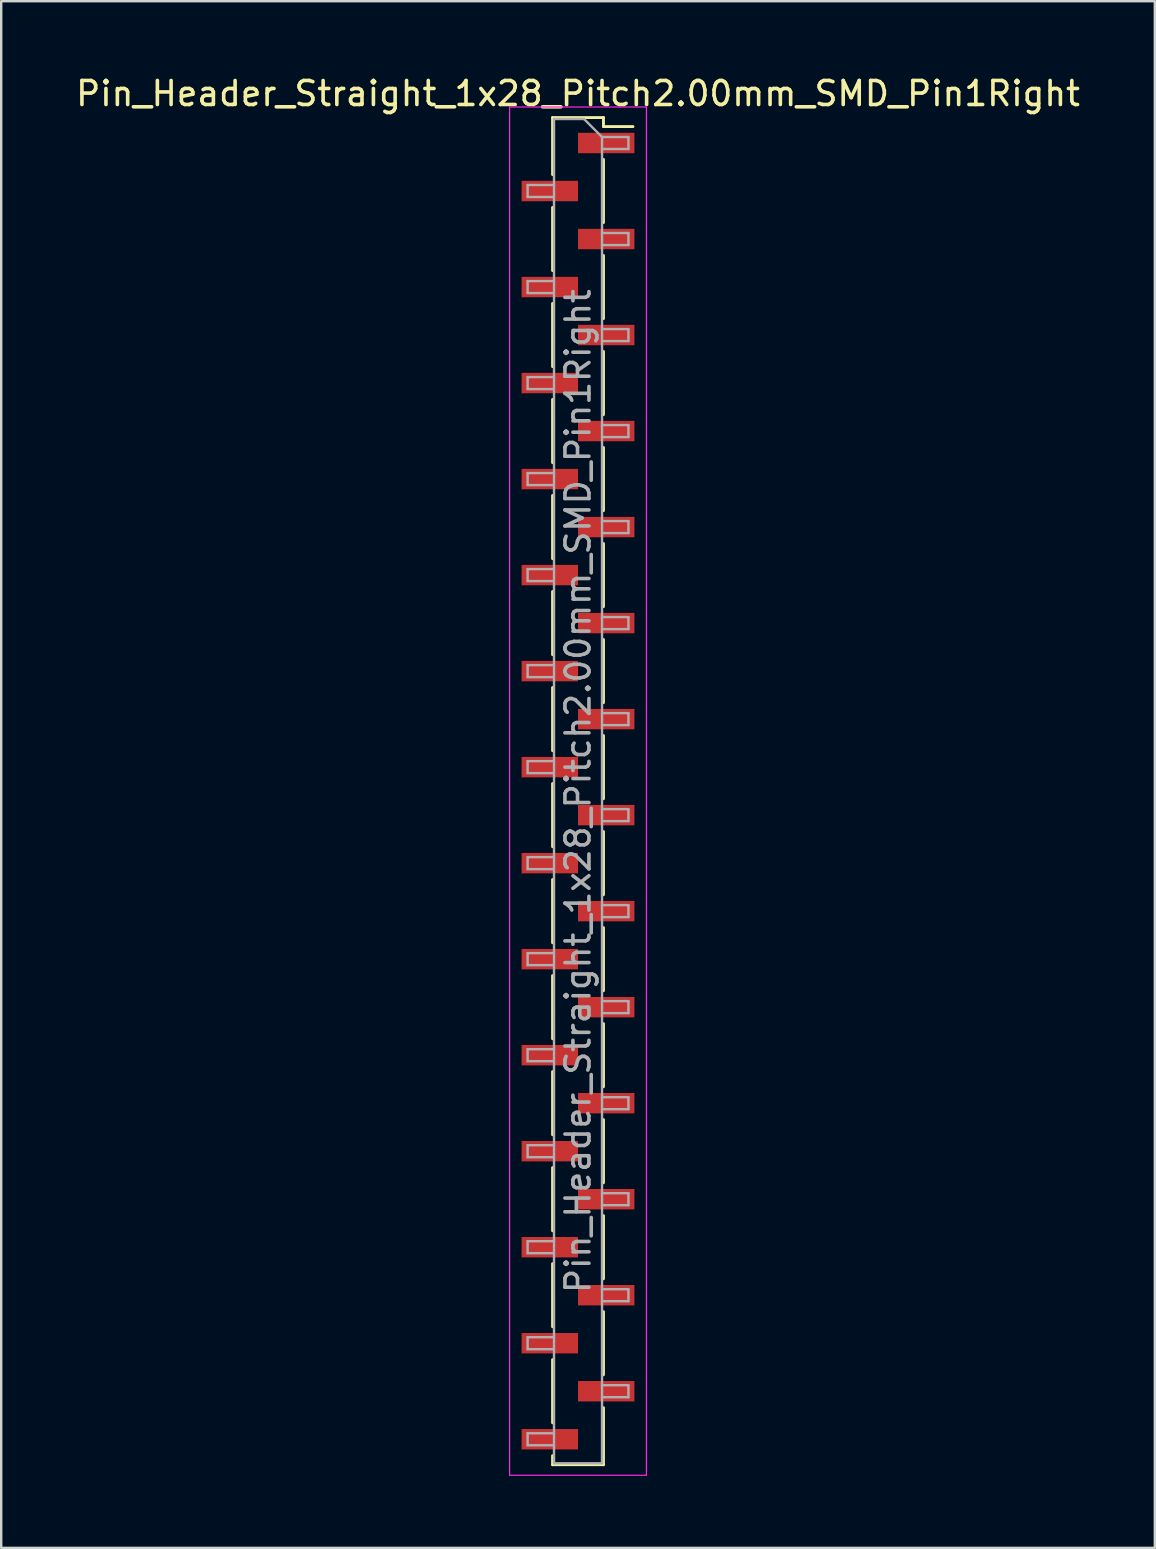
<source format=kicad_pcb>
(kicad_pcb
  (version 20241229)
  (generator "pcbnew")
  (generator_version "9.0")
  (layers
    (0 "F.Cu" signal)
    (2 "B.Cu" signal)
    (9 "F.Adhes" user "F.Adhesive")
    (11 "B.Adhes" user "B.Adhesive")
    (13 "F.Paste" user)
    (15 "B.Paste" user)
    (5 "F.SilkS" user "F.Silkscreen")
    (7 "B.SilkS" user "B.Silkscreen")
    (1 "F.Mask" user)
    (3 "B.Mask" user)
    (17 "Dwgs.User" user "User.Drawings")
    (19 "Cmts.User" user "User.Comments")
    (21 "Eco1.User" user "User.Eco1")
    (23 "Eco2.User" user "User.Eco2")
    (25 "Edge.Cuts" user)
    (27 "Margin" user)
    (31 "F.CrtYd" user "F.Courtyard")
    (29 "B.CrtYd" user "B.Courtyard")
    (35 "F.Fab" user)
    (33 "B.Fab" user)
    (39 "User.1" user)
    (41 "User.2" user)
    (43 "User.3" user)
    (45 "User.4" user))
  (footprint "Pin_Header_Straight_1x28_Pitch2.00mm_SMD_Pin1Right"
    (layer "F.Cu")
    (at 21.03 29.908)
    (property "Reference" "Pin_Header_Straight_1x28_Pitch2.00mm_SMD_Pin1Right" (at 0 -29.06 0) (layer "F.SilkS") (effects (font (size 1 1) (thickness 0.15))))
    (attr smd)
    (fp_line (start -1.06 -28.06) (end -1.06 -25.685) (stroke (width 0.12) (type solid)) (layer "F.SilkS"))
    (fp_line (start -1.06 -28.06) (end 1.06 -28.06) (stroke (width 0.12) (type solid)) (layer "F.SilkS"))
    (fp_line (start -1.06 -24.315) (end -1.06 -21.685) (stroke (width 0.12) (type solid)) (layer "F.SilkS"))
    (fp_line (start -1.06 -20.315) (end -1.06 -17.685) (stroke (width 0.12) (type solid)) (layer "F.SilkS"))
    (fp_line (start -1.06 -16.315) (end -1.06 -13.685) (stroke (width 0.12) (type solid)) (layer "F.SilkS"))
    (fp_line (start -1.06 -12.315) (end -1.06 -9.685) (stroke (width 0.12) (type solid)) (layer "F.SilkS"))
    (fp_line (start -1.06 -8.315) (end -1.06 -5.685) (stroke (width 0.12) (type solid)) (layer "F.SilkS"))
    (fp_line (start -1.06 -4.315) (end -1.06 -1.685) (stroke (width 0.12) (type solid)) (layer "F.SilkS"))
    (fp_line (start -1.06 -0.315) (end -1.06 2.315) (stroke (width 0.12) (type solid)) (layer "F.SilkS"))
    (fp_line (start -1.06 3.685) (end -1.06 6.315) (stroke (width 0.12) (type solid)) (layer "F.SilkS"))
    (fp_line (start -1.06 7.685) (end -1.06 10.315) (stroke (width 0.12) (type solid)) (layer "F.SilkS"))
    (fp_line (start -1.06 11.685) (end -1.06 14.315) (stroke (width 0.12) (type solid)) (layer "F.SilkS"))
    (fp_line (start -1.06 15.685) (end -1.06 18.315) (stroke (width 0.12) (type solid)) (layer "F.SilkS"))
    (fp_line (start -1.06 19.685) (end -1.06 22.315) (stroke (width 0.12) (type solid)) (layer "F.SilkS"))
    (fp_line (start -1.06 23.685) (end -1.06 26.315) (stroke (width 0.12) (type solid)) (layer "F.SilkS"))
    (fp_line (start -1.06 27.685) (end -1.06 28.06) (stroke (width 0.12) (type solid)) (layer "F.SilkS"))
    (fp_line (start -1.06 28.06) (end 1.06 28.06) (stroke (width 0.12) (type solid)) (layer "F.SilkS"))
    (fp_line (start 1.06 -28.06) (end 1.06 -27.685) (stroke (width 0.12) (type solid)) (layer "F.SilkS"))
    (fp_line (start 1.06 -27.685) (end 2.29 -27.685) (stroke (width 0.12) (type solid)) (layer "F.SilkS"))
    (fp_line (start 1.06 -26.315) (end 1.06 -23.685) (stroke (width 0.12) (type solid)) (layer "F.SilkS"))
    (fp_line (start 1.06 -22.315) (end 1.06 -19.685) (stroke (width 0.12) (type solid)) (layer "F.SilkS"))
    (fp_line (start 1.06 -18.315) (end 1.06 -15.685) (stroke (width 0.12) (type solid)) (layer "F.SilkS"))
    (fp_line (start 1.06 -14.315) (end 1.06 -11.685) (stroke (width 0.12) (type solid)) (layer "F.SilkS"))
    (fp_line (start 1.06 -10.315) (end 1.06 -7.685) (stroke (width 0.12) (type solid)) (layer "F.SilkS"))
    (fp_line (start 1.06 -6.315) (end 1.06 -3.685) (stroke (width 0.12) (type solid)) (layer "F.SilkS"))
    (fp_line (start 1.06 -2.315) (end 1.06 0.315) (stroke (width 0.12) (type solid)) (layer "F.SilkS"))
    (fp_line (start 1.06 1.685) (end 1.06 4.315) (stroke (width 0.12) (type solid)) (layer "F.SilkS"))
    (fp_line (start 1.06 5.685) (end 1.06 8.315) (stroke (width 0.12) (type solid)) (layer "F.SilkS"))
    (fp_line (start 1.06 9.685) (end 1.06 12.315) (stroke (width 0.12) (type solid)) (layer "F.SilkS"))
    (fp_line (start 1.06 13.685) (end 1.06 16.315) (stroke (width 0.12) (type solid)) (layer "F.SilkS"))
    (fp_line (start 1.06 17.685) (end 1.06 20.315) (stroke (width 0.12) (type solid)) (layer "F.SilkS"))
    (fp_line (start 1.06 21.685) (end 1.06 24.315) (stroke (width 0.12) (type solid)) (layer "F.SilkS"))
    (fp_line (start 1.06 25.685) (end 1.06 28.06) (stroke (width 0.12) (type solid)) (layer "F.SilkS"))
    (fp_line (start -2.85 -28.5) (end -2.85 28.5) (stroke (width 0.05) (type solid)) (layer "F.CrtYd"))
    (fp_line (start -2.85 28.5) (end 2.85 28.5) (stroke (width 0.05) (type solid)) (layer "F.CrtYd"))
    (fp_line (start 2.85 -28.5) (end -2.85 -28.5) (stroke (width 0.05) (type solid)) (layer "F.CrtYd"))
    (fp_line (start 2.85 28.5) (end 2.85 -28.5) (stroke (width 0.05) (type solid)) (layer "F.CrtYd"))
    (fp_line (start -2.1 -25.25) (end -2.1 -24.75) (stroke (width 0.1) (type solid)) (layer "F.Fab"))
    (fp_line (start -2.1 -24.75) (end -1 -24.75) (stroke (width 0.1) (type solid)) (layer "F.Fab"))
    (fp_line (start -2.1 -21.25) (end -2.1 -20.75) (stroke (width 0.1) (type solid)) (layer "F.Fab"))
    (fp_line (start -2.1 -20.75) (end -1 -20.75) (stroke (width 0.1) (type solid)) (layer "F.Fab"))
    (fp_line (start -2.1 -17.25) (end -2.1 -16.75) (stroke (width 0.1) (type solid)) (layer "F.Fab"))
    (fp_line (start -2.1 -16.75) (end -1 -16.75) (stroke (width 0.1) (type solid)) (layer "F.Fab"))
    (fp_line (start -2.1 -13.25) (end -2.1 -12.75) (stroke (width 0.1) (type solid)) (layer "F.Fab"))
    (fp_line (start -2.1 -12.75) (end -1 -12.75) (stroke (width 0.1) (type solid)) (layer "F.Fab"))
    (fp_line (start -2.1 -9.25) (end -2.1 -8.75) (stroke (width 0.1) (type solid)) (layer "F.Fab"))
    (fp_line (start -2.1 -8.75) (end -1 -8.75) (stroke (width 0.1) (type solid)) (layer "F.Fab"))
    (fp_line (start -2.1 -5.25) (end -2.1 -4.75) (stroke (width 0.1) (type solid)) (layer "F.Fab"))
    (fp_line (start -2.1 -4.75) (end -1 -4.75) (stroke (width 0.1) (type solid)) (layer "F.Fab"))
    (fp_line (start -2.1 -1.25) (end -2.1 -0.75) (stroke (width 0.1) (type solid)) (layer "F.Fab"))
    (fp_line (start -2.1 -0.75) (end -1 -0.75) (stroke (width 0.1) (type solid)) (layer "F.Fab"))
    (fp_line (start -2.1 2.75) (end -2.1 3.25) (stroke (width 0.1) (type solid)) (layer "F.Fab"))
    (fp_line (start -2.1 3.25) (end -1 3.25) (stroke (width 0.1) (type solid)) (layer "F.Fab"))
    (fp_line (start -2.1 6.75) (end -2.1 7.25) (stroke (width 0.1) (type solid)) (layer "F.Fab"))
    (fp_line (start -2.1 7.25) (end -1 7.25) (stroke (width 0.1) (type solid)) (layer "F.Fab"))
    (fp_line (start -2.1 10.75) (end -2.1 11.25) (stroke (width 0.1) (type solid)) (layer "F.Fab"))
    (fp_line (start -2.1 11.25) (end -1 11.25) (stroke (width 0.1) (type solid)) (layer "F.Fab"))
    (fp_line (start -2.1 14.75) (end -2.1 15.25) (stroke (width 0.1) (type solid)) (layer "F.Fab"))
    (fp_line (start -2.1 15.25) (end -1 15.25) (stroke (width 0.1) (type solid)) (layer "F.Fab"))
    (fp_line (start -2.1 18.75) (end -2.1 19.25) (stroke (width 0.1) (type solid)) (layer "F.Fab"))
    (fp_line (start -2.1 19.25) (end -1 19.25) (stroke (width 0.1) (type solid)) (layer "F.Fab"))
    (fp_line (start -2.1 22.75) (end -2.1 23.25) (stroke (width 0.1) (type solid)) (layer "F.Fab"))
    (fp_line (start -2.1 23.25) (end -1 23.25) (stroke (width 0.1) (type solid)) (layer "F.Fab"))
    (fp_line (start -2.1 26.75) (end -2.1 27.25) (stroke (width 0.1) (type solid)) (layer "F.Fab"))
    (fp_line (start -2.1 27.25) (end -1 27.25) (stroke (width 0.1) (type solid)) (layer "F.Fab"))
    (fp_line (start -1 -28) (end -1 28) (stroke (width 0.1) (type solid)) (layer "F.Fab"))
    (fp_line (start -1 -28) (end 0.25 -28) (stroke (width 0.1) (type solid)) (layer "F.Fab"))
    (fp_line (start -1 -25.25) (end -2.1 -25.25) (stroke (width 0.1) (type solid)) (layer "F.Fab"))
    (fp_line (start -1 -21.25) (end -2.1 -21.25) (stroke (width 0.1) (type solid)) (layer "F.Fab"))
    (fp_line (start -1 -17.25) (end -2.1 -17.25) (stroke (width 0.1) (type solid)) (layer "F.Fab"))
    (fp_line (start -1 -13.25) (end -2.1 -13.25) (stroke (width 0.1) (type solid)) (layer "F.Fab"))
    (fp_line (start -1 -9.25) (end -2.1 -9.25) (stroke (width 0.1) (type solid)) (layer "F.Fab"))
    (fp_line (start -1 -5.25) (end -2.1 -5.25) (stroke (width 0.1) (type solid)) (layer "F.Fab"))
    (fp_line (start -1 -1.25) (end -2.1 -1.25) (stroke (width 0.1) (type solid)) (layer "F.Fab"))
    (fp_line (start -1 2.75) (end -2.1 2.75) (stroke (width 0.1) (type solid)) (layer "F.Fab"))
    (fp_line (start -1 6.75) (end -2.1 6.75) (stroke (width 0.1) (type solid)) (layer "F.Fab"))
    (fp_line (start -1 10.75) (end -2.1 10.75) (stroke (width 0.1) (type solid)) (layer "F.Fab"))
    (fp_line (start -1 14.75) (end -2.1 14.75) (stroke (width 0.1) (type solid)) (layer "F.Fab"))
    (fp_line (start -1 18.75) (end -2.1 18.75) (stroke (width 0.1) (type solid)) (layer "F.Fab"))
    (fp_line (start -1 22.75) (end -2.1 22.75) (stroke (width 0.1) (type solid)) (layer "F.Fab"))
    (fp_line (start -1 26.75) (end -2.1 26.75) (stroke (width 0.1) (type solid)) (layer "F.Fab"))
    (fp_line (start 1 -27.25) (end 0.25 -28) (stroke (width 0.1) (type solid)) (layer "F.Fab"))
    (fp_line (start 1 -27.25) (end 2.1 -27.25) (stroke (width 0.1) (type solid)) (layer "F.Fab"))
    (fp_line (start 1 -23.25) (end 2.1 -23.25) (stroke (width 0.1) (type solid)) (layer "F.Fab"))
    (fp_line (start 1 -19.25) (end 2.1 -19.25) (stroke (width 0.1) (type solid)) (layer "F.Fab"))
    (fp_line (start 1 -15.25) (end 2.1 -15.25) (stroke (width 0.1) (type solid)) (layer "F.Fab"))
    (fp_line (start 1 -11.25) (end 2.1 -11.25) (stroke (width 0.1) (type solid)) (layer "F.Fab"))
    (fp_line (start 1 -7.25) (end 2.1 -7.25) (stroke (width 0.1) (type solid)) (layer "F.Fab"))
    (fp_line (start 1 -3.25) (end 2.1 -3.25) (stroke (width 0.1) (type solid)) (layer "F.Fab"))
    (fp_line (start 1 0.75) (end 2.1 0.75) (stroke (width 0.1) (type solid)) (layer "F.Fab"))
    (fp_line (start 1 4.75) (end 2.1 4.75) (stroke (width 0.1) (type solid)) (layer "F.Fab"))
    (fp_line (start 1 8.75) (end 2.1 8.75) (stroke (width 0.1) (type solid)) (layer "F.Fab"))
    (fp_line (start 1 12.75) (end 2.1 12.75) (stroke (width 0.1) (type solid)) (layer "F.Fab"))
    (fp_line (start 1 16.75) (end 2.1 16.75) (stroke (width 0.1) (type solid)) (layer "F.Fab"))
    (fp_line (start 1 20.75) (end 2.1 20.75) (stroke (width 0.1) (type solid)) (layer "F.Fab"))
    (fp_line (start 1 24.75) (end 2.1 24.75) (stroke (width 0.1) (type solid)) (layer "F.Fab"))
    (fp_line (start 1 28) (end -1 28) (stroke (width 0.1) (type solid)) (layer "F.Fab"))
    (fp_line (start 1 28) (end 1 -27.25) (stroke (width 0.1) (type solid)) (layer "F.Fab"))
    (fp_line (start 2.1 -27.25) (end 2.1 -26.75) (stroke (width 0.1) (type solid)) (layer "F.Fab"))
    (fp_line (start 2.1 -26.75) (end 1 -26.75) (stroke (width 0.1) (type solid)) (layer "F.Fab"))
    (fp_line (start 2.1 -23.25) (end 2.1 -22.75) (stroke (width 0.1) (type solid)) (layer "F.Fab"))
    (fp_line (start 2.1 -22.75) (end 1 -22.75) (stroke (width 0.1) (type solid)) (layer "F.Fab"))
    (fp_line (start 2.1 -19.25) (end 2.1 -18.75) (stroke (width 0.1) (type solid)) (layer "F.Fab"))
    (fp_line (start 2.1 -18.75) (end 1 -18.75) (stroke (width 0.1) (type solid)) (layer "F.Fab"))
    (fp_line (start 2.1 -15.25) (end 2.1 -14.75) (stroke (width 0.1) (type solid)) (layer "F.Fab"))
    (fp_line (start 2.1 -14.75) (end 1 -14.75) (stroke (width 0.1) (type solid)) (layer "F.Fab"))
    (fp_line (start 2.1 -11.25) (end 2.1 -10.75) (stroke (width 0.1) (type solid)) (layer "F.Fab"))
    (fp_line (start 2.1 -10.75) (end 1 -10.75) (stroke (width 0.1) (type solid)) (layer "F.Fab"))
    (fp_line (start 2.1 -7.25) (end 2.1 -6.75) (stroke (width 0.1) (type solid)) (layer "F.Fab"))
    (fp_line (start 2.1 -6.75) (end 1 -6.75) (stroke (width 0.1) (type solid)) (layer "F.Fab"))
    (fp_line (start 2.1 -3.25) (end 2.1 -2.75) (stroke (width 0.1) (type solid)) (layer "F.Fab"))
    (fp_line (start 2.1 -2.75) (end 1 -2.75) (stroke (width 0.1) (type solid)) (layer "F.Fab"))
    (fp_line (start 2.1 0.75) (end 2.1 1.25) (stroke (width 0.1) (type solid)) (layer "F.Fab"))
    (fp_line (start 2.1 1.25) (end 1 1.25) (stroke (width 0.1) (type solid)) (layer "F.Fab"))
    (fp_line (start 2.1 4.75) (end 2.1 5.25) (stroke (width 0.1) (type solid)) (layer "F.Fab"))
    (fp_line (start 2.1 5.25) (end 1 5.25) (stroke (width 0.1) (type solid)) (layer "F.Fab"))
    (fp_line (start 2.1 8.75) (end 2.1 9.25) (stroke (width 0.1) (type solid)) (layer "F.Fab"))
    (fp_line (start 2.1 9.25) (end 1 9.25) (stroke (width 0.1) (type solid)) (layer "F.Fab"))
    (fp_line (start 2.1 12.75) (end 2.1 13.25) (stroke (width 0.1) (type solid)) (layer "F.Fab"))
    (fp_line (start 2.1 13.25) (end 1 13.25) (stroke (width 0.1) (type solid)) (layer "F.Fab"))
    (fp_line (start 2.1 16.75) (end 2.1 17.25) (stroke (width 0.1) (type solid)) (layer "F.Fab"))
    (fp_line (start 2.1 17.25) (end 1 17.25) (stroke (width 0.1) (type solid)) (layer "F.Fab"))
    (fp_line (start 2.1 20.75) (end 2.1 21.25) (stroke (width 0.1) (type solid)) (layer "F.Fab"))
    (fp_line (start 2.1 21.25) (end 1 21.25) (stroke (width 0.1) (type solid)) (layer "F.Fab"))
    (fp_line (start 2.1 24.75) (end 2.1 25.25) (stroke (width 0.1) (type solid)) (layer "F.Fab"))
    (fp_line (start 2.1 25.25) (end 1 25.25) (stroke (width 0.1) (type solid)) (layer "F.Fab"))
    (fp_text user "${REFERENCE}" (at 0 0 90) (layer "F.Fab") (effects (font (size 1 1) (thickness 0.15))))
    (pad "1" smd rect (at 1.175 -27) (size 2.35 0.85) (layers "F.Cu" "F.Mask" "F.Paste"))
    (pad "2" smd rect (at -1.175 -25) (size 2.35 0.85) (layers "F.Cu" "F.Mask" "F.Paste"))
    (pad "3" smd rect (at 1.175 -23) (size 2.35 0.85) (layers "F.Cu" "F.Mask" "F.Paste"))
    (pad "4" smd rect (at -1.175 -21) (size 2.35 0.85) (layers "F.Cu" "F.Mask" "F.Paste"))
    (pad "5" smd rect (at 1.175 -19) (size 2.35 0.85) (layers "F.Cu" "F.Mask" "F.Paste"))
    (pad "6" smd rect (at -1.175 -17) (size 2.35 0.85) (layers "F.Cu" "F.Mask" "F.Paste"))
    (pad "7" smd rect (at 1.175 -15) (size 2.35 0.85) (layers "F.Cu" "F.Mask" "F.Paste"))
    (pad "8" smd rect (at -1.175 -13) (size 2.35 0.85) (layers "F.Cu" "F.Mask" "F.Paste"))
    (pad "9" smd rect (at 1.175 -11) (size 2.35 0.85) (layers "F.Cu" "F.Mask" "F.Paste"))
    (pad "10" smd rect (at -1.175 -9) (size 2.35 0.85) (layers "F.Cu" "F.Mask" "F.Paste"))
    (pad "11" smd rect (at 1.175 -7) (size 2.35 0.85) (layers "F.Cu" "F.Mask" "F.Paste"))
    (pad "12" smd rect (at -1.175 -5) (size 2.35 0.85) (layers "F.Cu" "F.Mask" "F.Paste"))
    (pad "13" smd rect (at 1.175 -3) (size 2.35 0.85) (layers "F.Cu" "F.Mask" "F.Paste"))
    (pad "14" smd rect (at -1.175 -1) (size 2.35 0.85) (layers "F.Cu" "F.Mask" "F.Paste"))
    (pad "15" smd rect (at 1.175 1) (size 2.35 0.85) (layers "F.Cu" "F.Mask" "F.Paste"))
    (pad "16" smd rect (at -1.175 3) (size 2.35 0.85) (layers "F.Cu" "F.Mask" "F.Paste"))
    (pad "17" smd rect (at 1.175 5) (size 2.35 0.85) (layers "F.Cu" "F.Mask" "F.Paste"))
    (pad "18" smd rect (at -1.175 7) (size 2.35 0.85) (layers "F.Cu" "F.Mask" "F.Paste"))
    (pad "19" smd rect (at 1.175 9) (size 2.35 0.85) (layers "F.Cu" "F.Mask" "F.Paste"))
    (pad "20" smd rect (at -1.175 11) (size 2.35 0.85) (layers "F.Cu" "F.Mask" "F.Paste"))
    (pad "21" smd rect (at 1.175 13) (size 2.35 0.85) (layers "F.Cu" "F.Mask" "F.Paste"))
    (pad "22" smd rect (at -1.175 15) (size 2.35 0.85) (layers "F.Cu" "F.Mask" "F.Paste"))
    (pad "23" smd rect (at 1.175 17) (size 2.35 0.85) (layers "F.Cu" "F.Mask" "F.Paste"))
    (pad "24" smd rect (at -1.175 19) (size 2.35 0.85) (layers "F.Cu" "F.Mask" "F.Paste"))
    (pad "25" smd rect (at 1.175 21) (size 2.35 0.85) (layers "F.Cu" "F.Mask" "F.Paste"))
    (pad "26" smd rect (at -1.175 23) (size 2.35 0.85) (layers "F.Cu" "F.Mask" "F.Paste"))
    (pad "27" smd rect (at 1.175 25) (size 2.35 0.85) (layers "F.Cu" "F.Mask" "F.Paste"))
    (pad "28" smd rect (at -1.175 27) (size 2.35 0.85) (layers "F.Cu" "F.Mask" "F.Paste")))
  (gr_rect
    (start -3 -3)
    (end 45.06 61.433)
    (stroke (width 0.1) (type default))
    (fill no)
    (layer "Edge.Cuts")))
</source>
